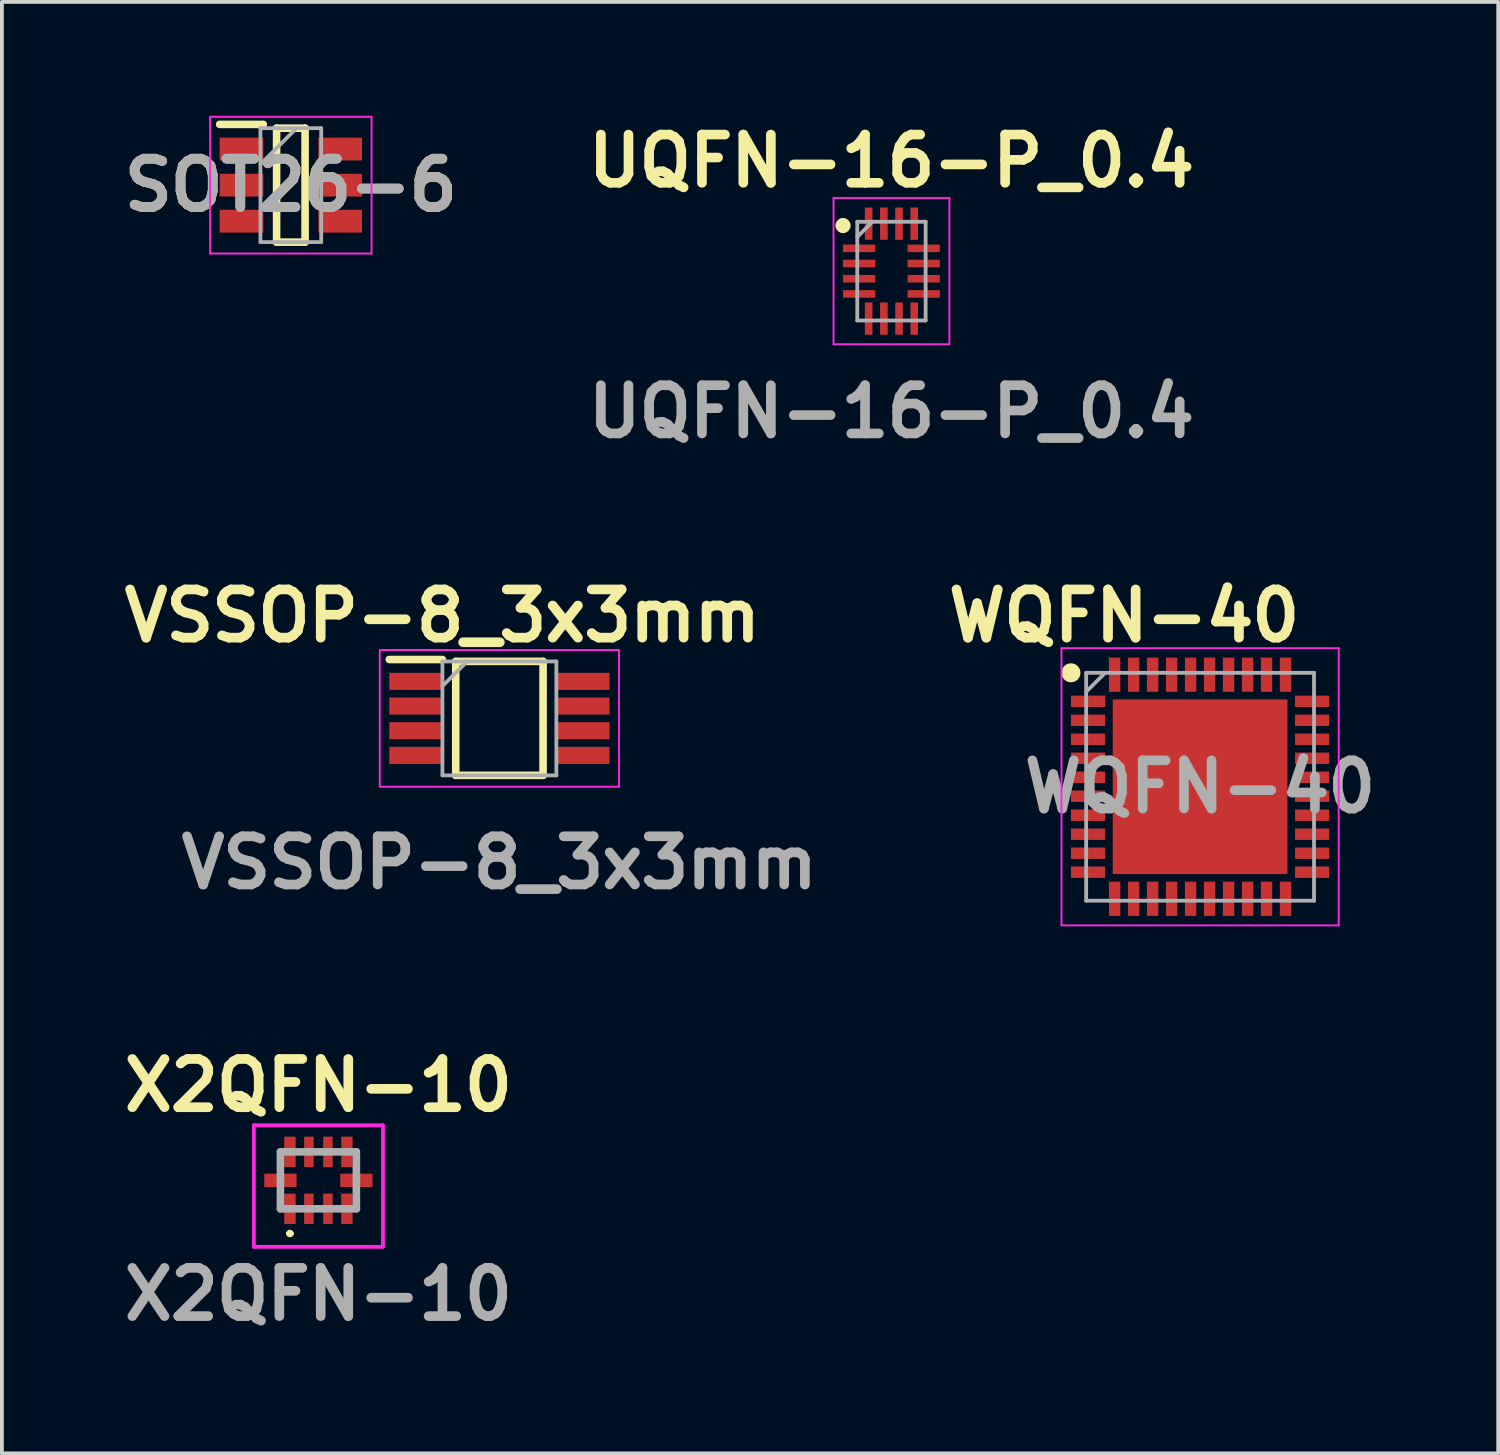
<source format=kicad_pcb>
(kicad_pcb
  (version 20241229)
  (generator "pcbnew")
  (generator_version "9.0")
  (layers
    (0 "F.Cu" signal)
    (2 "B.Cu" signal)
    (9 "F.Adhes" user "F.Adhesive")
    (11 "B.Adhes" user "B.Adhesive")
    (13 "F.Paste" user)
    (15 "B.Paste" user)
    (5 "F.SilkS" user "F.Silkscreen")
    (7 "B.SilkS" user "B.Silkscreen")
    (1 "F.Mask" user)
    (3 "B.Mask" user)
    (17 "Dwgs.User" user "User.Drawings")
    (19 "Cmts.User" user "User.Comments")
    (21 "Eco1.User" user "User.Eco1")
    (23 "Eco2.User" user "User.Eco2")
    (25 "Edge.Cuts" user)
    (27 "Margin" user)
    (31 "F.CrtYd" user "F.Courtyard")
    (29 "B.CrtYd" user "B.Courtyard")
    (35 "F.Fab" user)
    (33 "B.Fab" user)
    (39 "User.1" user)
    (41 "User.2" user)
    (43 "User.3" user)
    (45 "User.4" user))
  (footprint "WQFN-40"
    (layer "F.Cu")
    (at 28.55 17.666)
    (property "Reference" "WQFN-40" (at -2 -4.5 0) (layer "F.SilkS") (effects (font (size 1.27 1.27) (thickness 0.254))))
    (attr smd)
    (fp_circle (center -3.4 -3) (end -3.4 -2.875) (stroke (width 0.25) (type solid)) (fill no) (layer "F.SilkS"))
    (fp_line (start -3.65 -3.65) (end 3.65 -3.65) (stroke (width 0.05) (type solid)) (layer "F.CrtYd"))
    (fp_line (start -3.65 3.65) (end -3.65 -3.65) (stroke (width 0.05) (type solid)) (layer "F.CrtYd"))
    (fp_line (start 3.65 -3.65) (end 3.65 3.65) (stroke (width 0.05) (type solid)) (layer "F.CrtYd"))
    (fp_line (start 3.65 3.65) (end -3.65 3.65) (stroke (width 0.05) (type solid)) (layer "F.CrtYd"))
    (fp_line (start -3 -3) (end 3 -3) (stroke (width 0.1) (type solid)) (layer "F.Fab"))
    (fp_line (start -3 -2.5) (end -2.5 -3) (stroke (width 0.1) (type solid)) (layer "F.Fab"))
    (fp_line (start -3 3) (end -3 -3) (stroke (width 0.1) (type solid)) (layer "F.Fab"))
    (fp_line (start 3 -3) (end 3 3) (stroke (width 0.1) (type solid)) (layer "F.Fab"))
    (fp_line (start 3 3) (end -3 3) (stroke (width 0.1) (type solid)) (layer "F.Fab"))
    (fp_text user "${REFERENCE}" (at 0 0 0) (layer "F.Fab") (effects (font (size 1.27 1.27) (thickness 0.254))))
    (pad "1" smd rect (at -2.95 -2.25 90) (size 0.3 0.9) (layers "F.Cu" "F.Mask" "F.Paste"))
    (pad "2" smd rect (at -2.95 -1.75 90) (size 0.3 0.9) (layers "F.Cu" "F.Mask" "F.Paste"))
    (pad "3" smd rect (at -2.95 -1.25 90) (size 0.3 0.9) (layers "F.Cu" "F.Mask" "F.Paste"))
    (pad "4" smd rect (at -2.95 -0.75 90) (size 0.3 0.9) (layers "F.Cu" "F.Mask" "F.Paste"))
    (pad "5" smd rect (at -2.95 -0.25 90) (size 0.3 0.9) (layers "F.Cu" "F.Mask" "F.Paste"))
    (pad "6" smd rect (at -2.95 0.25 90) (size 0.3 0.9) (layers "F.Cu" "F.Mask" "F.Paste"))
    (pad "7" smd rect (at -2.95 0.75 90) (size 0.3 0.9) (layers "F.Cu" "F.Mask" "F.Paste"))
    (pad "8" smd rect (at -2.95 1.25 90) (size 0.3 0.9) (layers "F.Cu" "F.Mask" "F.Paste"))
    (pad "9" smd rect (at -2.95 1.75 90) (size 0.3 0.9) (layers "F.Cu" "F.Mask" "F.Paste"))
    (pad "10" smd rect (at -2.95 2.25 90) (size 0.3 0.9) (layers "F.Cu" "F.Mask" "F.Paste"))
    (pad "11" smd rect (at -2.25 2.95) (size 0.3 0.9) (layers "F.Cu" "F.Mask" "F.Paste"))
    (pad "12" smd rect (at -1.75 2.95) (size 0.3 0.9) (layers "F.Cu" "F.Mask" "F.Paste"))
    (pad "13" smd rect (at -1.25 2.95) (size 0.3 0.9) (layers "F.Cu" "F.Mask" "F.Paste"))
    (pad "14" smd rect (at -0.75 2.95) (size 0.3 0.9) (layers "F.Cu" "F.Mask" "F.Paste"))
    (pad "15" smd rect (at -0.25 2.95) (size 0.3 0.9) (layers "F.Cu" "F.Mask" "F.Paste"))
    (pad "16" smd rect (at 0.25 2.95) (size 0.3 0.9) (layers "F.Cu" "F.Mask" "F.Paste"))
    (pad "17" smd rect (at 0.75 2.95) (size 0.3 0.9) (layers "F.Cu" "F.Mask" "F.Paste"))
    (pad "18" smd rect (at 1.25 2.95) (size 0.3 0.9) (layers "F.Cu" "F.Mask" "F.Paste"))
    (pad "19" smd rect (at 1.75 2.95) (size 0.3 0.9) (layers "F.Cu" "F.Mask" "F.Paste"))
    (pad "20" smd rect (at 2.25 2.95) (size 0.3 0.9) (layers "F.Cu" "F.Mask" "F.Paste"))
    (pad "21" smd rect (at 2.95 2.25 90) (size 0.3 0.9) (layers "F.Cu" "F.Mask" "F.Paste"))
    (pad "22" smd rect (at 2.95 1.75 90) (size 0.3 0.9) (layers "F.Cu" "F.Mask" "F.Paste"))
    (pad "23" smd rect (at 2.95 1.25 90) (size 0.3 0.9) (layers "F.Cu" "F.Mask" "F.Paste"))
    (pad "24" smd rect (at 2.95 0.75 90) (size 0.3 0.9) (layers "F.Cu" "F.Mask" "F.Paste"))
    (pad "25" smd rect (at 2.95 0.25 90) (size 0.3 0.9) (layers "F.Cu" "F.Mask" "F.Paste"))
    (pad "26" smd rect (at 2.95 -0.25 90) (size 0.3 0.9) (layers "F.Cu" "F.Mask" "F.Paste"))
    (pad "27" smd rect (at 2.95 -0.75 90) (size 0.3 0.9) (layers "F.Cu" "F.Mask" "F.Paste"))
    (pad "28" smd rect (at 2.95 -1.25 90) (size 0.3 0.9) (layers "F.Cu" "F.Mask" "F.Paste"))
    (pad "29" smd rect (at 2.95 -1.75 90) (size 0.3 0.9) (layers "F.Cu" "F.Mask" "F.Paste"))
    (pad "30" smd rect (at 2.95 -2.25 90) (size 0.3 0.9) (layers "F.Cu" "F.Mask" "F.Paste"))
    (pad "31" smd rect (at 2.25 -2.95) (size 0.3 0.9) (layers "F.Cu" "F.Mask" "F.Paste"))
    (pad "32" smd rect (at 1.75 -2.95) (size 0.3 0.9) (layers "F.Cu" "F.Mask" "F.Paste"))
    (pad "33" smd rect (at 1.25 -2.95) (size 0.3 0.9) (layers "F.Cu" "F.Mask" "F.Paste"))
    (pad "34" smd rect (at 0.75 -2.95) (size 0.3 0.9) (layers "F.Cu" "F.Mask" "F.Paste"))
    (pad "35" smd rect (at 0.25 -2.95) (size 0.3 0.9) (layers "F.Cu" "F.Mask" "F.Paste"))
    (pad "36" smd rect (at -0.25 -2.95) (size 0.3 0.9) (layers "F.Cu" "F.Mask" "F.Paste"))
    (pad "37" smd rect (at -0.75 -2.95) (size 0.3 0.9) (layers "F.Cu" "F.Mask" "F.Paste"))
    (pad "38" smd rect (at -1.25 -2.95) (size 0.3 0.9) (layers "F.Cu" "F.Mask" "F.Paste"))
    (pad "39" smd rect (at -1.75 -2.95) (size 0.3 0.9) (layers "F.Cu" "F.Mask" "F.Paste"))
    (pad "40" smd rect (at -2.25 -2.95) (size 0.3 0.9) (layers "F.Cu" "F.Mask" "F.Paste"))
    (pad "41" smd rect (at 0 0) (size 4.6 4.6) (layers "F.Cu" "F.Mask" "F.Paste")))
  (footprint "X2QFN-10"
    (layer "F.Cu")
    (at 5.334 28.03)
    (property "Reference" "X2QFN-10" (at 0 -2.5 0) (layer "F.SilkS") (effects (font (size 1.27 1.27) (thickness 0.254))))
    (attr smd)
    (fp_line (start -0.8 1.4) (end -0.8 1.4) (stroke (width 0.1) (type solid)) (layer "F.SilkS"))
    (fp_line (start -0.7 1.4) (end -0.7 1.4) (stroke (width 0.1) (type solid)) (layer "F.SilkS"))
    (fp_arc (start -0.8 1.4) (mid -0.75 1.35) (end -0.7 1.4) (stroke (width 0.1) (type solid)) (layer "F.SilkS"))
    (fp_arc (start -0.7 1.4) (mid -0.75 1.45) (end -0.8 1.4) (stroke (width 0.1) (type solid)) (layer "F.SilkS"))
    (fp_line (start -1.7 -1.45) (end 1.7 -1.45) (stroke (width 0.1) (type solid)) (layer "F.CrtYd"))
    (fp_line (start -1.7 1.75) (end -1.7 -1.45) (stroke (width 0.1) (type solid)) (layer "F.CrtYd"))
    (fp_line (start 1.7 -1.45) (end 1.7 1.75) (stroke (width 0.1) (type solid)) (layer "F.CrtYd"))
    (fp_line (start 1.7 1.75) (end -1.7 1.75) (stroke (width 0.1) (type solid)) (layer "F.CrtYd"))
    (fp_line (start -1 -0.75) (end 1 -0.75) (stroke (width 0.2) (type solid)) (layer "F.Fab"))
    (fp_line (start -1 0.75) (end -1 -0.75) (stroke (width 0.2) (type solid)) (layer "F.Fab"))
    (fp_line (start 1 -0.75) (end 1 0.75) (stroke (width 0.2) (type solid)) (layer "F.Fab"))
    (fp_line (start 1 0.75) (end -1 0.75) (stroke (width 0.2) (type solid)) (layer "F.Fab"))
    (fp_text user "${REFERENCE}" (at 0 3 0) (layer "F.Fab") (effects (font (size 1.27 1.27) (thickness 0.254))))
    (pad "1" smd rect (at -0.75 0.75) (size 0.3 0.8) (layers "F.Cu" "F.Mask" "F.Paste"))
    (pad "2" smd rect (at -0.25 0.75) (size 0.25 0.8) (layers "F.Cu" "F.Mask" "F.Paste"))
    (pad "3" smd rect (at 0.25 0.75) (size 0.25 0.8) (layers "F.Cu" "F.Mask" "F.Paste"))
    (pad "4" smd rect (at 0.75 0.75) (size 0.3 0.8) (layers "F.Cu" "F.Mask" "F.Paste"))
    (pad "5" smd rect (at 1 0 90) (size 0.35 0.85) (layers "F.Cu" "F.Mask" "F.Paste"))
    (pad "6" smd rect (at 0.75 -0.75) (size 0.3 0.8) (layers "F.Cu" "F.Mask" "F.Paste"))
    (pad "7" smd rect (at 0.25 -0.75) (size 0.25 0.8) (layers "F.Cu" "F.Mask" "F.Paste"))
    (pad "8" smd rect (at -0.25 -0.75) (size 0.25 0.8) (layers "F.Cu" "F.Mask" "F.Paste"))
    (pad "9" smd rect (at -0.75 -0.75) (size 0.3 0.8) (layers "F.Cu" "F.Mask" "F.Paste"))
    (pad "10" smd rect (at -1 0 90) (size 0.35 0.85) (layers "F.Cu" "F.Mask" "F.Paste")))
  (footprint "VSSOP-8_3x3mm"
    (layer "F.Cu")
    (at 10.1 15.866)
    (property "Reference" "VSSOP-8_3x3mm" (at -1.5 -2.7 0) (layer "F.SilkS") (effects (font (size 1.27 1.27) (thickness 0.254))))
    (attr smd)
    (fp_line (start -2.9 -1.55) (end -1.5 -1.55) (stroke (width 0.2) (type solid)) (layer "F.SilkS"))
    (fp_line (start -1.15 -1.5) (end 1.15 -1.5) (stroke (width 0.2) (type solid)) (layer "F.SilkS"))
    (fp_line (start -1.15 1.5) (end -1.15 -1.5) (stroke (width 0.2) (type solid)) (layer "F.SilkS"))
    (fp_line (start 1.15 -1.5) (end 1.15 1.5) (stroke (width 0.2) (type solid)) (layer "F.SilkS"))
    (fp_line (start 1.15 1.5) (end -1.15 1.5) (stroke (width 0.2) (type solid)) (layer "F.SilkS"))
    (fp_line (start -3.15 -1.8) (end 3.15 -1.8) (stroke (width 0.05) (type solid)) (layer "F.CrtYd"))
    (fp_line (start -3.15 1.8) (end -3.15 -1.8) (stroke (width 0.05) (type solid)) (layer "F.CrtYd"))
    (fp_line (start 3.15 -1.8) (end 3.15 1.8) (stroke (width 0.05) (type solid)) (layer "F.CrtYd"))
    (fp_line (start 3.15 1.8) (end -3.15 1.8) (stroke (width 0.05) (type solid)) (layer "F.CrtYd"))
    (fp_line (start -1.5 -1.5) (end 1.5 -1.5) (stroke (width 0.1) (type solid)) (layer "F.Fab"))
    (fp_line (start -1.5 -0.85) (end -0.85 -1.5) (stroke (width 0.1) (type solid)) (layer "F.Fab"))
    (fp_line (start -1.5 1.5) (end -1.5 -1.5) (stroke (width 0.1) (type solid)) (layer "F.Fab"))
    (fp_line (start 1.5 -1.5) (end 1.5 1.5) (stroke (width 0.1) (type solid)) (layer "F.Fab"))
    (fp_line (start 1.5 1.5) (end -1.5 1.5) (stroke (width 0.1) (type solid)) (layer "F.Fab"))
    (fp_text user "${REFERENCE}" (at 0 3.8 0) (layer "F.Fab") (effects (font (size 1.27 1.27) (thickness 0.254))))
    (pad "1" smd rect (at -2.2 -0.975 90) (size 0.45 1.4) (layers "F.Cu" "F.Mask" "F.Paste"))
    (pad "2" smd rect (at -2.2 -0.325 90) (size 0.45 1.4) (layers "F.Cu" "F.Mask" "F.Paste"))
    (pad "3" smd rect (at -2.2 0.325 90) (size 0.45 1.4) (layers "F.Cu" "F.Mask" "F.Paste"))
    (pad "4" smd rect (at -2.2 0.975 90) (size 0.45 1.4) (layers "F.Cu" "F.Mask" "F.Paste"))
    (pad "5" smd rect (at 2.2 0.975 90) (size 0.45 1.4) (layers "F.Cu" "F.Mask" "F.Paste"))
    (pad "6" smd rect (at 2.2 0.325 90) (size 0.45 1.4) (layers "F.Cu" "F.Mask" "F.Paste"))
    (pad "7" smd rect (at 2.2 -0.325 90) (size 0.45 1.4) (layers "F.Cu" "F.Mask" "F.Paste"))
    (pad "8" smd rect (at 2.2 -0.975 90) (size 0.45 1.4) (layers "F.Cu" "F.Mask" "F.Paste")))
  (footprint "UQFN-16-P_0.4"
    (layer "F.Cu")
    (at 20.423 4.089)
    (property "Reference" "UQFN-16-P_0.4" (at 0 -2.9 0) (layer "F.SilkS") (effects (font (size 1.27 1.27) (thickness 0.254))))
    (attr smd)
    (fp_circle (center -1.275 -1.2) (end -1.275 -1.1) (stroke (width 0.2) (type solid)) (fill no) (layer "F.SilkS"))
    (fp_line (start -1.525 -1.925) (end 1.525 -1.925) (stroke (width 0.05) (type solid)) (layer "F.CrtYd"))
    (fp_line (start -1.525 1.925) (end -1.525 -1.925) (stroke (width 0.05) (type solid)) (layer "F.CrtYd"))
    (fp_line (start 1.525 -1.925) (end 1.525 1.925) (stroke (width 0.05) (type solid)) (layer "F.CrtYd"))
    (fp_line (start 1.525 1.925) (end -1.525 1.925) (stroke (width 0.05) (type solid)) (layer "F.CrtYd"))
    (fp_line (start -0.9 -1.3) (end 0.9 -1.3) (stroke (width 0.1) (type solid)) (layer "F.Fab"))
    (fp_line (start -0.9 -0.9) (end -0.5 -1.3) (stroke (width 0.1) (type solid)) (layer "F.Fab"))
    (fp_line (start -0.9 1.3) (end -0.9 -1.3) (stroke (width 0.1) (type solid)) (layer "F.Fab"))
    (fp_line (start 0.9 -1.3) (end 0.9 1.3) (stroke (width 0.1) (type solid)) (layer "F.Fab"))
    (fp_line (start 0.9 1.3) (end -0.9 1.3) (stroke (width 0.1) (type solid)) (layer "F.Fab"))
    (fp_text user "${REFERENCE}" (at 0 3.7 0) (layer "F.Fab") (effects (font (size 1.27 1.27) (thickness 0.254))))
    (pad "1" smd rect (at -0.85 -0.6 90) (size 0.2 0.85) (layers "F.Cu" "F.Mask" "F.Paste"))
    (pad "2" smd rect (at -0.85 -0.2 90) (size 0.2 0.85) (layers "F.Cu" "F.Mask" "F.Paste"))
    (pad "3" smd rect (at -0.85 0.2 90) (size 0.2 0.85) (layers "F.Cu" "F.Mask" "F.Paste"))
    (pad "4" smd rect (at -0.85 0.6 90) (size 0.2 0.85) (layers "F.Cu" "F.Mask" "F.Paste"))
    (pad "5" smd rect (at -0.6 1.25) (size 0.2 0.85) (layers "F.Cu" "F.Mask" "F.Paste"))
    (pad "6" smd rect (at -0.2 1.25) (size 0.2 0.85) (layers "F.Cu" "F.Mask" "F.Paste"))
    (pad "7" smd rect (at 0.2 1.25) (size 0.2 0.85) (layers "F.Cu" "F.Mask" "F.Paste"))
    (pad "8" smd rect (at 0.6 1.25) (size 0.2 0.85) (layers "F.Cu" "F.Mask" "F.Paste"))
    (pad "9" smd rect (at 0.85 0.6 90) (size 0.2 0.85) (layers "F.Cu" "F.Mask" "F.Paste"))
    (pad "10" smd rect (at 0.85 0.2 90) (size 0.2 0.85) (layers "F.Cu" "F.Mask" "F.Paste"))
    (pad "11" smd rect (at 0.85 -0.2 90) (size 0.2 0.85) (layers "F.Cu" "F.Mask" "F.Paste"))
    (pad "12" smd rect (at 0.85 -0.6 90) (size 0.2 0.85) (layers "F.Cu" "F.Mask" "F.Paste"))
    (pad "13" smd rect (at 0.6 -1.25) (size 0.2 0.85) (layers "F.Cu" "F.Mask" "F.Paste"))
    (pad "14" smd rect (at 0.2 -1.25) (size 0.2 0.85) (layers "F.Cu" "F.Mask" "F.Paste"))
    (pad "15" smd rect (at -0.2 -1.25) (size 0.2 0.85) (layers "F.Cu" "F.Mask" "F.Paste"))
    (pad "16" smd rect (at -0.6 -1.25) (size 0.2 0.85) (layers "F.Cu" "F.Mask" "F.Paste")))
  (footprint "SOT26-6"
    (layer "F.Cu")
    (at 4.608 1.825)
    (property "Reference" "SOT26-6" (at 0 0 0) (layer "F.SilkS") (effects (font (size 1.27 1.27) (thickness 0.254))))
    (attr smd)
    (fp_line (start -1.875 -1.6) (end -0.725 -1.6) (stroke (width 0.2) (type solid)) (layer "F.SilkS"))
    (fp_line (start -0.375 -1.5) (end 0.375 -1.5) (stroke (width 0.2) (type solid)) (layer "F.SilkS"))
    (fp_line (start -0.375 1.5) (end -0.375 -1.5) (stroke (width 0.2) (type solid)) (layer "F.SilkS"))
    (fp_line (start 0.375 -1.5) (end 0.375 1.5) (stroke (width 0.2) (type solid)) (layer "F.SilkS"))
    (fp_line (start 0.375 1.5) (end -0.375 1.5) (stroke (width 0.2) (type solid)) (layer "F.SilkS"))
    (fp_line (start -2.125 -1.8) (end 2.125 -1.8) (stroke (width 0.05) (type solid)) (layer "F.CrtYd"))
    (fp_line (start -2.125 1.8) (end -2.125 -1.8) (stroke (width 0.05) (type solid)) (layer "F.CrtYd"))
    (fp_line (start 2.125 -1.8) (end 2.125 1.8) (stroke (width 0.05) (type solid)) (layer "F.CrtYd"))
    (fp_line (start 2.125 1.8) (end -2.125 1.8) (stroke (width 0.05) (type solid)) (layer "F.CrtYd"))
    (fp_line (start -0.8 -1.5) (end 0.8 -1.5) (stroke (width 0.1) (type solid)) (layer "F.Fab"))
    (fp_line (start -0.8 -0.55) (end 0.15 -1.5) (stroke (width 0.1) (type solid)) (layer "F.Fab"))
    (fp_line (start -0.8 1.5) (end -0.8 -1.5) (stroke (width 0.1) (type solid)) (layer "F.Fab"))
    (fp_line (start 0.8 -1.5) (end 0.8 1.5) (stroke (width 0.1) (type solid)) (layer "F.Fab"))
    (fp_line (start 0.8 1.5) (end -0.8 1.5) (stroke (width 0.1) (type solid)) (layer "F.Fab"))
    (fp_text user "${REFERENCE}" (at 0 0 0) (layer "F.Fab") (effects (font (size 1.27 1.27) (thickness 0.254))))
    (pad "1" smd rect (at -1.3 -0.95 90) (size 0.6 1.15) (layers "F.Cu" "F.Mask" "F.Paste"))
    (pad "2" smd rect (at -1.3 0 90) (size 0.6 1.15) (layers "F.Cu" "F.Mask" "F.Paste"))
    (pad "3" smd rect (at -1.3 0.95 90) (size 0.6 1.15) (layers "F.Cu" "F.Mask" "F.Paste"))
    (pad "4" smd rect (at 1.3 0.95 90) (size 0.6 1.15) (layers "F.Cu" "F.Mask" "F.Paste"))
    (pad "5" smd rect (at 1.3 0 90) (size 0.6 1.15) (layers "F.Cu" "F.Mask" "F.Paste"))
    (pad "6" smd rect (at 1.3 -0.95 90) (size 0.6 1.15) (layers "F.Cu" "F.Mask" "F.Paste")))
  (gr_rect
    (start -3 -3)
    (end 36.4 35.219)
    (stroke (width 0.1) (type default))
    (fill no)
    (layer "Edge.Cuts")))
</source>
